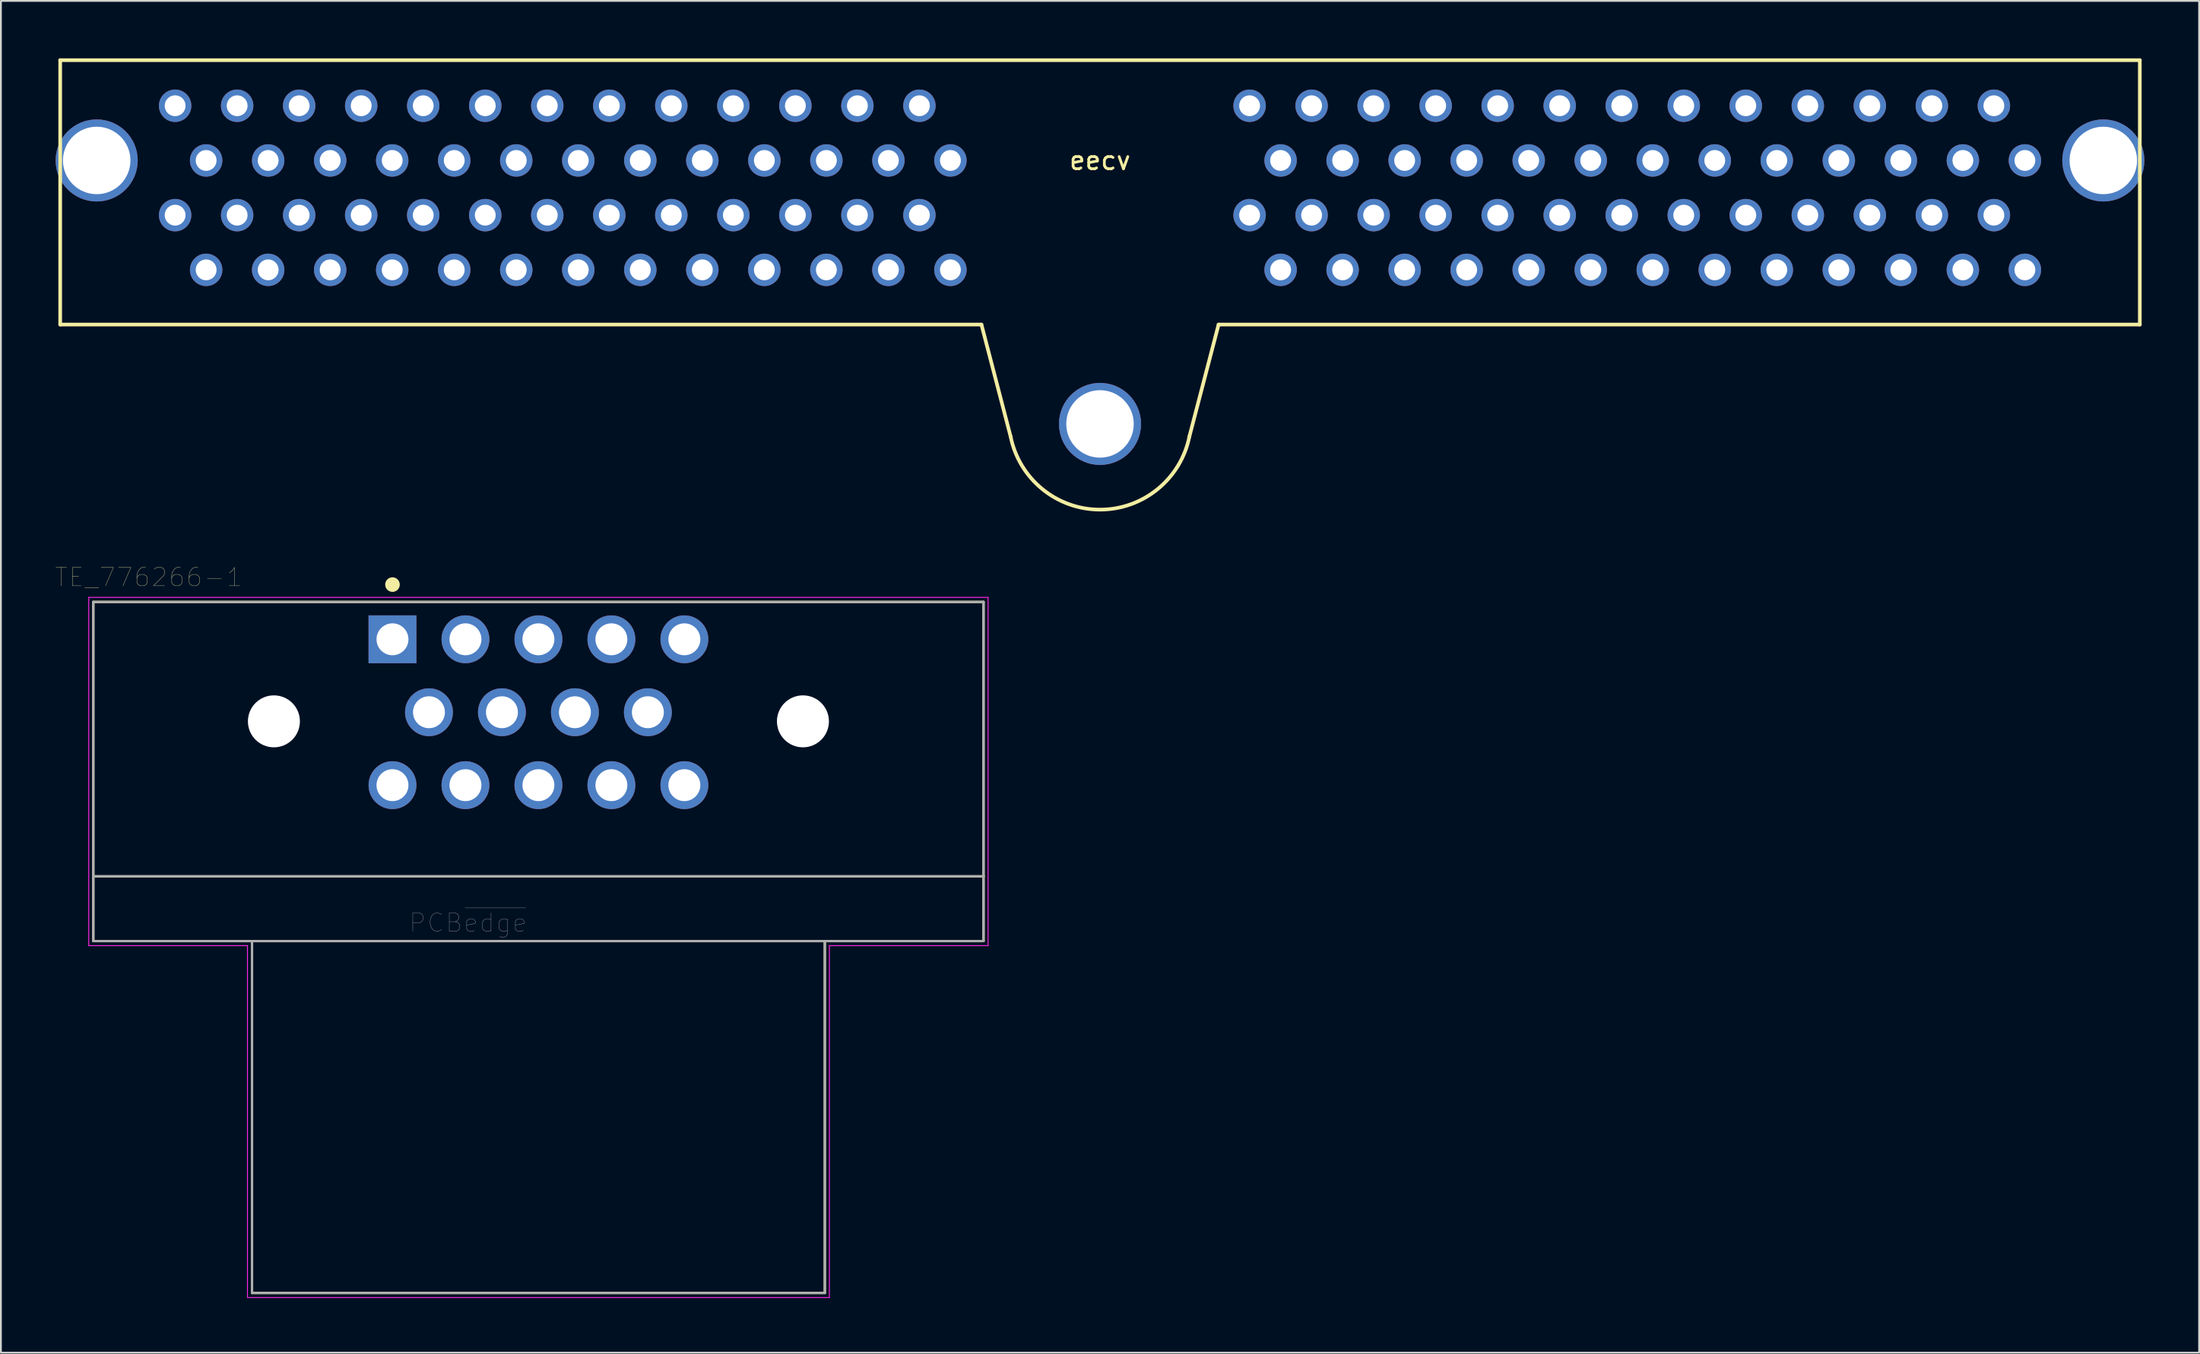
<source format=kicad_pcb>
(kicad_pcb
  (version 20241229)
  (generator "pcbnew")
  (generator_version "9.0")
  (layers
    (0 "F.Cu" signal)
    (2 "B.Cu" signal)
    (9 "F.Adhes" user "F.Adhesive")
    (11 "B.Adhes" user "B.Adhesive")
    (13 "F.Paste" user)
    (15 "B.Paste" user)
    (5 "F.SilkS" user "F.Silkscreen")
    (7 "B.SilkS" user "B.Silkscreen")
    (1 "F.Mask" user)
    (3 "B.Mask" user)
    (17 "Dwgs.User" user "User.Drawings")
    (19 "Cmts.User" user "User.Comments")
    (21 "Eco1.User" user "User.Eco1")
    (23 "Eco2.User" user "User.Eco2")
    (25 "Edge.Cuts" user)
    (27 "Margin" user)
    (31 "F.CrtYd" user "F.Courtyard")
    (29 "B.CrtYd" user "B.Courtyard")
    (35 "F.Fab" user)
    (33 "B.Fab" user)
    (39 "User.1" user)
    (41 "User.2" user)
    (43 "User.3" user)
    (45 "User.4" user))
  (footprint "eecv"
    (layer "F.Cu")
    (at 57.25 0.25)
    (property "Reference" "eecv" (at 0 5.5 0) (layer "F.SilkS") (effects (font (size 1 1) (thickness 0.15))))
    (attr through_hole)
    (fp_line (start -57 0) (end -57 14.5) (stroke (width 0.2) (type solid)) (layer "F.SilkS"))
    (fp_line (start -57 14.5) (end -6.5 14.5) (stroke (width 0.2) (type solid)) (layer "F.SilkS"))
    (fp_line (start -4.903 20.631) (end -6.5 14.5) (stroke (width 0.2) (type solid)) (layer "F.SilkS"))
    (fp_line (start 4.903 20.628) (end 6.5 14.5) (stroke (width 0.2) (type solid)) (layer "F.SilkS"))
    (fp_line (start 6.5 14.5) (end 57 14.5) (stroke (width 0.2) (type solid)) (layer "F.SilkS"))
    (fp_line (start 57 0) (end -57 0) (stroke (width 0.2) (type solid)) (layer "F.SilkS"))
    (fp_line (start 57 14.5) (end 57 0) (stroke (width 0.2) (type solid)) (layer "F.SilkS"))
    (fp_arc (start 4.903359 20.628302) (mid 0.001457 24.65) (end -4.902788 20.63116) (stroke (width 0.2) (type solid)) (layer "F.SilkS"))
    (pad "" thru_hole circle (at -55 5.5) (size 4.5 4.5) (drill 3.7) (layers "*.Cu" "*.Mask"))
    (pad "" thru_hole circle (at 0 19.95) (size 4.5 4.5) (drill 3.7) (layers "*.Cu" "*.Mask"))
    (pad "" thru_hole circle (at 55 5.5) (size 4.5 4.5) (drill 3.7) (layers "*.Cu" "*.Mask"))
    (pad "1" thru_hole circle (at 49 2.5) (size 1.778 1.778) (drill 1.143) (layers "*.Cu" "*.Mask"))
    (pad "2" thru_hole circle (at 45.6 2.5) (size 1.778 1.778) (drill 1.143) (layers "*.Cu" "*.Mask"))
    (pad "3" thru_hole circle (at 42.2 2.5) (size 1.778 1.778) (drill 1.143) (layers "*.Cu" "*.Mask"))
    (pad "4" thru_hole circle (at 38.8 2.5) (size 1.778 1.778) (drill 1.143) (layers "*.Cu" "*.Mask"))
    (pad "5" thru_hole circle (at 35.4 2.5) (size 1.778 1.778) (drill 1.143) (layers "*.Cu" "*.Mask"))
    (pad "6" thru_hole circle (at 32 2.5) (size 1.778 1.778) (drill 1.143) (layers "*.Cu" "*.Mask"))
    (pad "7" thru_hole circle (at 28.6 2.5) (size 1.778 1.778) (drill 1.143) (layers "*.Cu" "*.Mask"))
    (pad "8" thru_hole circle (at 25.2 2.5) (size 1.778 1.778) (drill 1.143) (layers "*.Cu" "*.Mask"))
    (pad "9" thru_hole circle (at 21.8 2.5) (size 1.778 1.778) (drill 1.143) (layers "*.Cu" "*.Mask"))
    (pad "10" thru_hole circle (at 18.4 2.5) (size 1.778 1.778) (drill 1.143) (layers "*.Cu" "*.Mask"))
    (pad "11" thru_hole circle (at 15 2.5) (size 1.778 1.778) (drill 1.143) (layers "*.Cu" "*.Mask"))
    (pad "12" thru_hole circle (at 11.6 2.5) (size 1.778 1.778) (drill 1.143) (layers "*.Cu" "*.Mask"))
    (pad "13" thru_hole circle (at 8.2 2.5) (size 1.778 1.778) (drill 1.143) (layers "*.Cu" "*.Mask"))
    (pad "14" thru_hole circle (at -9.9 2.5) (size 1.778 1.778) (drill 1.143) (layers "*.Cu" "*.Mask"))
    (pad "15" thru_hole circle (at -13.3 2.5) (size 1.778 1.778) (drill 1.143) (layers "*.Cu" "*.Mask"))
    (pad "16" thru_hole circle (at -16.7 2.5) (size 1.778 1.778) (drill 1.143) (layers "*.Cu" "*.Mask"))
    (pad "17" thru_hole circle (at -20.1 2.5) (size 1.778 1.778) (drill 1.143) (layers "*.Cu" "*.Mask"))
    (pad "18" thru_hole circle (at -23.5 2.5) (size 1.778 1.778) (drill 1.143) (layers "*.Cu" "*.Mask"))
    (pad "19" thru_hole circle (at -26.9 2.5) (size 1.778 1.778) (drill 1.143) (layers "*.Cu" "*.Mask"))
    (pad "20" thru_hole circle (at -30.3 2.5) (size 1.778 1.778) (drill 1.143) (layers "*.Cu" "*.Mask"))
    (pad "21" thru_hole circle (at -33.7 2.5) (size 1.778 1.778) (drill 1.143) (layers "*.Cu" "*.Mask"))
    (pad "22" thru_hole circle (at -37.1 2.5) (size 1.778 1.778) (drill 1.143) (layers "*.Cu" "*.Mask"))
    (pad "23" thru_hole circle (at -40.5 2.5) (size 1.778 1.778) (drill 1.143) (layers "*.Cu" "*.Mask"))
    (pad "24" thru_hole circle (at -43.9 2.5) (size 1.778 1.778) (drill 1.143) (layers "*.Cu" "*.Mask"))
    (pad "25" thru_hole circle (at -47.3 2.5) (size 1.778 1.778) (drill 1.143) (layers "*.Cu" "*.Mask"))
    (pad "26" thru_hole circle (at -50.7 2.5) (size 1.778 1.778) (drill 1.143) (layers "*.Cu" "*.Mask"))
    (pad "27" thru_hole circle (at 50.7 5.5) (size 1.778 1.778) (drill 1.143) (layers "*.Cu" "*.Mask"))
    (pad "28" thru_hole circle (at 47.3 5.5) (size 1.778 1.778) (drill 1.143) (layers "*.Cu" "*.Mask"))
    (pad "29" thru_hole circle (at 43.9 5.5) (size 1.778 1.778) (drill 1.143) (layers "*.Cu" "*.Mask"))
    (pad "30" thru_hole circle (at 40.5 5.5) (size 1.778 1.778) (drill 1.143) (layers "*.Cu" "*.Mask"))
    (pad "31" thru_hole circle (at 37.1 5.5) (size 1.778 1.778) (drill 1.143) (layers "*.Cu" "*.Mask"))
    (pad "32" thru_hole circle (at 33.7 5.5) (size 1.778 1.778) (drill 1.143) (layers "*.Cu" "*.Mask"))
    (pad "33" thru_hole circle (at 30.3 5.5) (size 1.778 1.778) (drill 1.143) (layers "*.Cu" "*.Mask"))
    (pad "34" thru_hole circle (at 26.9 5.5) (size 1.778 1.778) (drill 1.143) (layers "*.Cu" "*.Mask"))
    (pad "35" thru_hole circle (at 23.5 5.5) (size 1.778 1.778) (drill 1.143) (layers "*.Cu" "*.Mask"))
    (pad "36" thru_hole circle (at 20.1 5.5) (size 1.778 1.778) (drill 1.143) (layers "*.Cu" "*.Mask"))
    (pad "37" thru_hole circle (at 16.7 5.5) (size 1.778 1.778) (drill 1.143) (layers "*.Cu" "*.Mask"))
    (pad "38" thru_hole circle (at 13.3 5.5) (size 1.778 1.778) (drill 1.143) (layers "*.Cu" "*.Mask"))
    (pad "39" thru_hole circle (at 9.9 5.5) (size 1.778 1.778) (drill 1.143) (layers "*.Cu" "*.Mask"))
    (pad "40" thru_hole circle (at -8.2 5.5) (size 1.778 1.778) (drill 1.143) (layers "*.Cu" "*.Mask"))
    (pad "41" thru_hole circle (at -11.6 5.5) (size 1.778 1.778) (drill 1.143) (layers "*.Cu" "*.Mask"))
    (pad "42" thru_hole circle (at -15 5.5) (size 1.778 1.778) (drill 1.143) (layers "*.Cu" "*.Mask"))
    (pad "43" thru_hole circle (at -18.4 5.5) (size 1.778 1.778) (drill 1.143) (layers "*.Cu" "*.Mask"))
    (pad "44" thru_hole circle (at -21.8 5.5) (size 1.778 1.778) (drill 1.143) (layers "*.Cu" "*.Mask"))
    (pad "45" thru_hole circle (at -25.2 5.5) (size 1.778 1.778) (drill 1.143) (layers "*.Cu" "*.Mask"))
    (pad "46" thru_hole circle (at -28.6 5.5) (size 1.778 1.778) (drill 1.143) (layers "*.Cu" "*.Mask"))
    (pad "47" thru_hole circle (at -32 5.5) (size 1.778 1.778) (drill 1.143) (layers "*.Cu" "*.Mask"))
    (pad "48" thru_hole circle (at -35.4 5.5) (size 1.778 1.778) (drill 1.143) (layers "*.Cu" "*.Mask"))
    (pad "49" thru_hole circle (at -38.8 5.5) (size 1.778 1.778) (drill 1.143) (layers "*.Cu" "*.Mask"))
    (pad "50" thru_hole circle (at -42.2 5.5) (size 1.778 1.778) (drill 1.143) (layers "*.Cu" "*.Mask"))
    (pad "51" thru_hole circle (at -45.6 5.5) (size 1.778 1.778) (drill 1.143) (layers "*.Cu" "*.Mask"))
    (pad "52" thru_hole circle (at -49 5.5) (size 1.778 1.778) (drill 1.143) (layers "*.Cu" "*.Mask"))
    (pad "53" thru_hole circle (at 49 8.5) (size 1.778 1.778) (drill 1.143) (layers "*.Cu" "*.Mask"))
    (pad "54" thru_hole circle (at 45.6 8.5) (size 1.778 1.778) (drill 1.143) (layers "*.Cu" "*.Mask"))
    (pad "55" thru_hole circle (at 42.2 8.5) (size 1.778 1.778) (drill 1.143) (layers "*.Cu" "*.Mask"))
    (pad "56" thru_hole circle (at 38.8 8.5) (size 1.778 1.778) (drill 1.143) (layers "*.Cu" "*.Mask"))
    (pad "57" thru_hole circle (at 35.4 8.5) (size 1.778 1.778) (drill 1.143) (layers "*.Cu" "*.Mask"))
    (pad "58" thru_hole circle (at 32 8.5) (size 1.778 1.778) (drill 1.143) (layers "*.Cu" "*.Mask"))
    (pad "59" thru_hole circle (at 28.6 8.5) (size 1.778 1.778) (drill 1.143) (layers "*.Cu" "*.Mask"))
    (pad "60" thru_hole circle (at 25.2 8.5) (size 1.778 1.778) (drill 1.143) (layers "*.Cu" "*.Mask"))
    (pad "61" thru_hole circle (at 21.8 8.5) (size 1.778 1.778) (drill 1.143) (layers "*.Cu" "*.Mask"))
    (pad "62" thru_hole circle (at 18.4 8.5) (size 1.778 1.778) (drill 1.143) (layers "*.Cu" "*.Mask"))
    (pad "63" thru_hole circle (at 15 8.5) (size 1.778 1.778) (drill 1.143) (layers "*.Cu" "*.Mask"))
    (pad "64" thru_hole circle (at 11.6 8.5) (size 1.778 1.778) (drill 1.143) (layers "*.Cu" "*.Mask"))
    (pad "65" thru_hole circle (at 8.2 8.5) (size 1.778 1.778) (drill 1.143) (layers "*.Cu" "*.Mask"))
    (pad "66" thru_hole circle (at -9.9 8.5) (size 1.778 1.778) (drill 1.143) (layers "*.Cu" "*.Mask"))
    (pad "67" thru_hole circle (at -13.3 8.5) (size 1.778 1.778) (drill 1.143) (layers "*.Cu" "*.Mask"))
    (pad "68" thru_hole circle (at -16.7 8.5) (size 1.778 1.778) (drill 1.143) (layers "*.Cu" "*.Mask"))
    (pad "69" thru_hole circle (at -20.1 8.5) (size 1.778 1.778) (drill 1.143) (layers "*.Cu" "*.Mask"))
    (pad "70" thru_hole circle (at -23.5 8.5) (size 1.778 1.778) (drill 1.143) (layers "*.Cu" "*.Mask"))
    (pad "71" thru_hole circle (at -26.9 8.5) (size 1.778 1.778) (drill 1.143) (layers "*.Cu" "*.Mask"))
    (pad "72" thru_hole circle (at -30.3 8.5) (size 1.778 1.778) (drill 1.143) (layers "*.Cu" "*.Mask"))
    (pad "73" thru_hole circle (at -33.7 8.5) (size 1.778 1.778) (drill 1.143) (layers "*.Cu" "*.Mask"))
    (pad "74" thru_hole circle (at -37.1 8.5) (size 1.778 1.778) (drill 1.143) (layers "*.Cu" "*.Mask"))
    (pad "75" thru_hole circle (at -40.5 8.5) (size 1.778 1.778) (drill 1.143) (layers "*.Cu" "*.Mask"))
    (pad "76" thru_hole circle (at -43.9 8.5) (size 1.778 1.778) (drill 1.143) (layers "*.Cu" "*.Mask"))
    (pad "77" thru_hole circle (at -47.3 8.5) (size 1.778 1.778) (drill 1.143) (layers "*.Cu" "*.Mask"))
    (pad "78" thru_hole circle (at -50.7 8.5) (size 1.778 1.778) (drill 1.143) (layers "*.Cu" "*.Mask"))
    (pad "79" thru_hole circle (at 50.7 11.5) (size 1.778 1.778) (drill 1.143) (layers "*.Cu" "*.Mask"))
    (pad "80" thru_hole circle (at 47.3 11.5) (size 1.778 1.778) (drill 1.143) (layers "*.Cu" "*.Mask"))
    (pad "81" thru_hole circle (at 43.9 11.5) (size 1.778 1.778) (drill 1.143) (layers "*.Cu" "*.Mask"))
    (pad "82" thru_hole circle (at 40.5 11.5) (size 1.778 1.778) (drill 1.143) (layers "*.Cu" "*.Mask"))
    (pad "83" thru_hole circle (at 37.1 11.5) (size 1.778 1.778) (drill 1.143) (layers "*.Cu" "*.Mask"))
    (pad "84" thru_hole circle (at 33.7 11.5) (size 1.778 1.778) (drill 1.143) (layers "*.Cu" "*.Mask"))
    (pad "85" thru_hole circle (at 30.3 11.5) (size 1.778 1.778) (drill 1.143) (layers "*.Cu" "*.Mask"))
    (pad "86" thru_hole circle (at 26.9 11.5) (size 1.778 1.778) (drill 1.143) (layers "*.Cu" "*.Mask"))
    (pad "87" thru_hole circle (at 23.5 11.5) (size 1.778 1.778) (drill 1.143) (layers "*.Cu" "*.Mask"))
    (pad "88" thru_hole circle (at 20.1 11.5) (size 1.778 1.778) (drill 1.143) (layers "*.Cu" "*.Mask"))
    (pad "89" thru_hole circle (at 16.7 11.5) (size 1.778 1.778) (drill 1.143) (layers "*.Cu" "*.Mask"))
    (pad "90" thru_hole circle (at 13.3 11.5) (size 1.778 1.778) (drill 1.143) (layers "*.Cu" "*.Mask"))
    (pad "91" thru_hole circle (at 9.9 11.5) (size 1.778 1.778) (drill 1.143) (layers "*.Cu" "*.Mask"))
    (pad "92" thru_hole circle (at -8.2 11.5) (size 1.778 1.778) (drill 1.143) (layers "*.Cu" "*.Mask"))
    (pad "93" thru_hole circle (at -11.6 11.5) (size 1.778 1.778) (drill 1.143) (layers "*.Cu" "*.Mask"))
    (pad "94" thru_hole circle (at -15 11.5) (size 1.778 1.778) (drill 1.143) (layers "*.Cu" "*.Mask"))
    (pad "95" thru_hole circle (at -18.4 11.5) (size 1.778 1.778) (drill 1.143) (layers "*.Cu" "*.Mask"))
    (pad "96" thru_hole circle (at -21.8 11.5) (size 1.778 1.778) (drill 1.143) (layers "*.Cu" "*.Mask"))
    (pad "97" thru_hole circle (at -25.2 11.5) (size 1.778 1.778) (drill 1.143) (layers "*.Cu" "*.Mask"))
    (pad "98" thru_hole circle (at -28.6 11.5) (size 1.778 1.778) (drill 1.143) (layers "*.Cu" "*.Mask"))
    (pad "99" thru_hole circle (at -32 11.5) (size 1.778 1.778) (drill 1.143) (layers "*.Cu" "*.Mask"))
    (pad "100" thru_hole circle (at -35.4 11.5) (size 1.778 1.778) (drill 1.143) (layers "*.Cu" "*.Mask"))
    (pad "101" thru_hole circle (at -38.8 11.5) (size 1.778 1.778) (drill 1.143) (layers "*.Cu" "*.Mask"))
    (pad "102" thru_hole circle (at -42.2 11.5) (size 1.778 1.778) (drill 1.143) (layers "*.Cu" "*.Mask"))
    (pad "103" thru_hole circle (at -45.6 11.5) (size 1.778 1.778) (drill 1.143) (layers "*.Cu" "*.Mask"))
    (pad "104" thru_hole circle (at -49 11.5) (size 1.778 1.778) (drill 1.143) (layers "*.Cu" "*.Mask")))
  (footprint "TE_776266-1"
    (layer "F.Cu")
    (at 26.465 36.012)
    (property "Reference" "TE_776266-1" (at -21.366 -7.399 0) (layer "F.SilkS") (effects (font (size 1.002 1.002) (thickness 0.015))))
    (attr through_hole)
    (fp_line (start -24.4 -6.05) (end -24.4 9) (stroke (width 0.127) (type solid)) (layer "F.SilkS"))
    (fp_line (start -24.4 -6.05) (end 24.4 -6.05) (stroke (width 0.127) (type solid)) (layer "F.SilkS"))
    (fp_line (start -24.4 9) (end 24.4 9) (stroke (width 0.127) (type solid)) (layer "F.SilkS"))
    (fp_line (start -24.4 12.55) (end -24.4 9) (stroke (width 0.127) (type solid)) (layer "F.SilkS"))
    (fp_line (start -24.4 12.55) (end -15.7 12.55) (stroke (width 0.127) (type solid)) (layer "F.SilkS"))
    (fp_line (start -15.7 12.55) (end -15.7 31.85) (stroke (width 0.127) (type solid)) (layer "F.SilkS"))
    (fp_line (start -15.7 12.55) (end 15.7 12.55) (stroke (width 0.127) (type solid)) (layer "F.SilkS"))
    (fp_line (start -15.7 31.85) (end 15.7 31.85) (stroke (width 0.127) (type solid)) (layer "F.SilkS"))
    (fp_line (start 15.7 12.55) (end 24.4 12.55) (stroke (width 0.127) (type solid)) (layer "F.SilkS"))
    (fp_line (start 15.7 31.85) (end 15.7 12.55) (stroke (width 0.127) (type solid)) (layer "F.SilkS"))
    (fp_line (start 24.4 9) (end 24.4 -6.05) (stroke (width 0.127) (type solid)) (layer "F.SilkS"))
    (fp_line (start 24.4 9) (end 24.4 12.55) (stroke (width 0.127) (type solid)) (layer "F.SilkS"))
    (fp_circle (center -8 -7) (end -7.8 -7) (stroke (width 0.4) (type solid)) (fill no) (layer "F.SilkS"))
    (fp_line (start -24.65 -6.3) (end 24.65 -6.3) (stroke (width 0.05) (type solid)) (layer "F.CrtYd"))
    (fp_line (start -24.65 12.8) (end -24.65 -6.3) (stroke (width 0.05) (type solid)) (layer "F.CrtYd"))
    (fp_line (start -15.95 12.8) (end -24.65 12.8) (stroke (width 0.05) (type solid)) (layer "F.CrtYd"))
    (fp_line (start -15.95 32.1) (end -15.95 12.8) (stroke (width 0.05) (type solid)) (layer "F.CrtYd"))
    (fp_line (start 15.95 12.8) (end 15.95 32.1) (stroke (width 0.05) (type solid)) (layer "F.CrtYd"))
    (fp_line (start 15.95 32.1) (end -15.95 32.1) (stroke (width 0.05) (type solid)) (layer "F.CrtYd"))
    (fp_line (start 24.65 -6.3) (end 24.65 12.8) (stroke (width 0.05) (type solid)) (layer "F.CrtYd"))
    (fp_line (start 24.65 12.8) (end 15.95 12.8) (stroke (width 0.05) (type solid)) (layer "F.CrtYd"))
    (fp_line (start -24.4 -6.05) (end -24.4 9) (stroke (width 0.127) (type solid)) (layer "F.Fab"))
    (fp_line (start -24.4 9) (end 24.4 9) (stroke (width 0.127) (type solid)) (layer "F.Fab"))
    (fp_line (start -24.4 12.55) (end -24.4 9) (stroke (width 0.127) (type solid)) (layer "F.Fab"))
    (fp_line (start -24.4 12.55) (end -15.7 12.55) (stroke (width 0.127) (type solid)) (layer "F.Fab"))
    (fp_line (start -15.7 12.55) (end -15.7 31.85) (stroke (width 0.127) (type solid)) (layer "F.Fab"))
    (fp_line (start -15.7 12.55) (end 15.7 12.55) (stroke (width 0.127) (type solid)) (layer "F.Fab"))
    (fp_line (start -15.7 31.85) (end 15.7 31.85) (stroke (width 0.127) (type solid)) (layer "F.Fab"))
    (fp_line (start 15.7 12.55) (end 24.4 12.55) (stroke (width 0.127) (type solid)) (layer "F.Fab"))
    (fp_line (start 15.7 31.85) (end 15.7 12.55) (stroke (width 0.127) (type solid)) (layer "F.Fab"))
    (fp_line (start 24.4 -6.05) (end -24.4 -6.05) (stroke (width 0.127) (type solid)) (layer "F.Fab"))
    (fp_line (start 24.4 9) (end 24.4 -6.05) (stroke (width 0.127) (type solid)) (layer "F.Fab"))
    (fp_line (start 24.4 9) (end 24.4 12.55) (stroke (width 0.127) (type solid)) (layer "F.Fab"))
    (fp_circle (center -8 -4) (end -7.8 -4) (stroke (width 0.4) (type solid)) (fill no) (layer "F.Fab"))
    (fp_text user "PCB~{edge}" (at -3.861 11.549 0) (layer "F.Fab") (effects (font (size 1.001 1.001) (thickness 0.015))))
    (pad "" np_thru_hole circle (at -14.5 0.5) (size 2.85 2.85) (drill 2.85) (layers "*.Cu" "*.Mask"))
    (pad "" np_thru_hole circle (at 14.5 0.5) (size 2.85 2.85) (drill 2.85) (layers "*.Cu" "*.Mask"))
    (pad "1" thru_hole rect (at -8 -4) (size 2.625 2.625) (drill 1.75) (layers "*.Cu" "*.Mask"))
    (pad "2" thru_hole circle (at -4 -4) (size 2.625 2.625) (drill 1.75) (layers "*.Cu" "*.Mask"))
    (pad "3" thru_hole circle (at 0 -4) (size 2.625 2.625) (drill 1.75) (layers "*.Cu" "*.Mask"))
    (pad "4" thru_hole circle (at 4 -4) (size 2.625 2.625) (drill 1.75) (layers "*.Cu" "*.Mask"))
    (pad "5" thru_hole circle (at 8 -4) (size 2.625 2.625) (drill 1.75) (layers "*.Cu" "*.Mask"))
    (pad "6" thru_hole circle (at -6 0) (size 2.625 2.625) (drill 1.75) (layers "*.Cu" "*.Mask"))
    (pad "7" thru_hole circle (at -2 0) (size 2.625 2.625) (drill 1.75) (layers "*.Cu" "*.Mask"))
    (pad "8" thru_hole circle (at 2 0) (size 2.625 2.625) (drill 1.75) (layers "*.Cu" "*.Mask"))
    (pad "9" thru_hole circle (at 6 0) (size 2.625 2.625) (drill 1.75) (layers "*.Cu" "*.Mask"))
    (pad "10" thru_hole circle (at -8 4) (size 2.625 2.625) (drill 1.75) (layers "*.Cu" "*.Mask"))
    (pad "11" thru_hole circle (at -4 4) (size 2.625 2.625) (drill 1.75) (layers "*.Cu" "*.Mask"))
    (pad "12" thru_hole circle (at 0 4) (size 2.625 2.625) (drill 1.75) (layers "*.Cu" "*.Mask"))
    (pad "13" thru_hole circle (at 4 4) (size 2.625 2.625) (drill 1.75) (layers "*.Cu" "*.Mask"))
    (pad "14" thru_hole circle (at 8 4) (size 2.625 2.625) (drill 1.75) (layers "*.Cu" "*.Mask")))
  (gr_rect
    (start -3 -3)
    (end 117.5 71.137)
    (stroke (width 0.1) (type default))
    (fill no)
    (layer "Edge.Cuts")))
</source>
